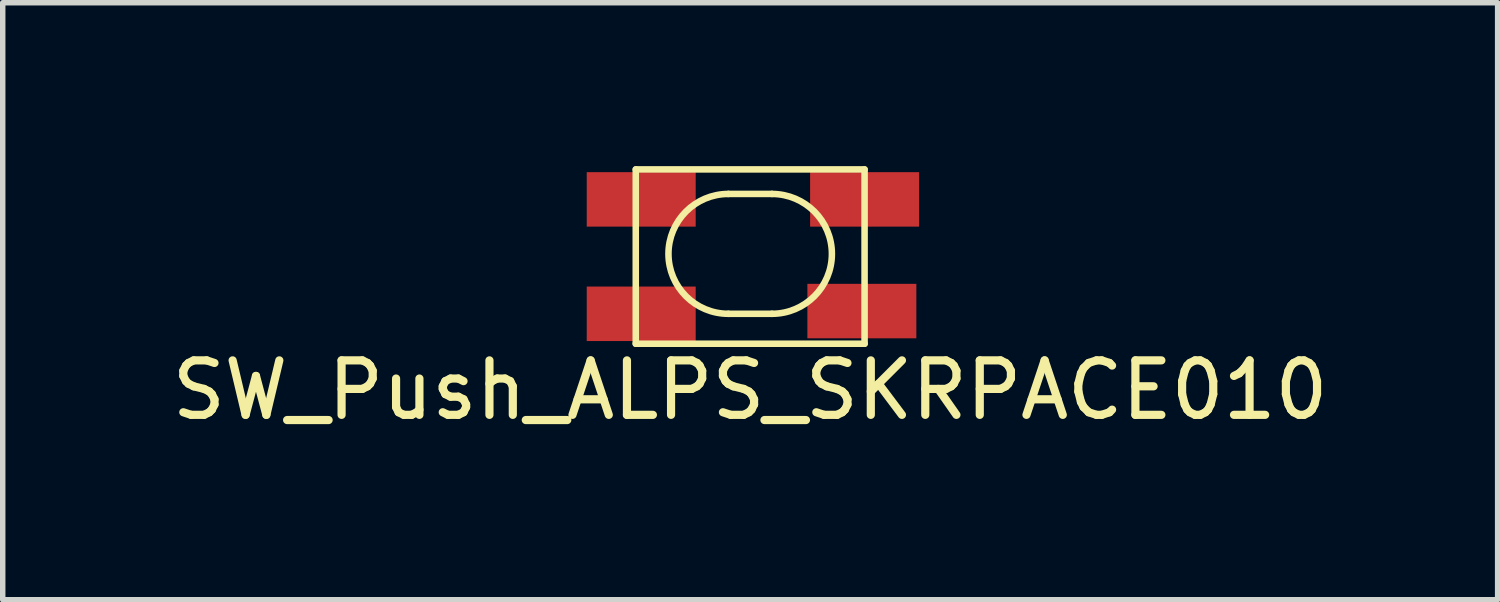
<source format=kicad_pcb>
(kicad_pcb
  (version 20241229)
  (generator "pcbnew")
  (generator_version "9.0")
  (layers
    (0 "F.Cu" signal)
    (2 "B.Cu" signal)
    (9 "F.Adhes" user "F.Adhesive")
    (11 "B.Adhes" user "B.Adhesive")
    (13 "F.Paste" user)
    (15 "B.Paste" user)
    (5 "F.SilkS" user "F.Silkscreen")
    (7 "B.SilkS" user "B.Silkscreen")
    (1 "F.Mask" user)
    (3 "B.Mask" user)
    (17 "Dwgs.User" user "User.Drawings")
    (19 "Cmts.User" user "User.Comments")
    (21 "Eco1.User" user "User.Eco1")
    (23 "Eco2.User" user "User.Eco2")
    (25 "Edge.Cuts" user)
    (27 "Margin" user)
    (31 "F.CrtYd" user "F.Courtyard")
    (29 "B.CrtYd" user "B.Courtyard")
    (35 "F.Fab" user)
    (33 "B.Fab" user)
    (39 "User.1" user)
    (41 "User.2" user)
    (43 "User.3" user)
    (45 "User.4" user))
  (footprint "SW_Push_ALPS_SKRPACE010"
    (layer "F.Cu")
    (at 10.72 1.61)
    (property "Reference" "SW_Push_ALPS_SKRPACE010" (at 0 2.5 0) (layer "F.SilkS") (effects (font (size 1 1) (thickness 0.15))))
    (attr smd)
    (fp_line (start -2.1 -1.55) (end 2.1 -1.55) (stroke (width 0.12) (type solid)) (layer "F.SilkS"))
    (fp_line (start -2.1 1.65) (end -2.1 -1.55) (stroke (width 0.12) (type solid)) (layer "F.SilkS"))
    (fp_line (start -0.4 -1.1) (end 0.4 -1.1) (stroke (width 0.12) (type solid)) (layer "F.SilkS"))
    (fp_line (start -0.4 1.1) (end 0.4 1.1) (stroke (width 0.12) (type solid)) (layer "F.SilkS"))
    (fp_line (start 2.1 -1.55) (end 2.1 1.65) (stroke (width 0.12) (type solid)) (layer "F.SilkS"))
    (fp_line (start 2.1 1.65) (end -2.1 1.65) (stroke (width 0.12) (type solid)) (layer "F.SilkS"))
    (fp_arc (start -0.4 1.1) (mid -1.5 0) (end -0.4 -1.1) (stroke (width 0.12) (type solid)) (layer "F.SilkS"))
    (fp_arc (start 0.4 -1.1) (mid 1.5 0) (end 0.4 1.1) (stroke (width 0.12) (type solid)) (layer "F.SilkS"))
    (pad "1" smd rect (at -2 -1) (size 2 1) (layers "F.Cu" "F.Mask" "F.Paste"))
    (pad "1" smd rect (at 2.1 -1) (size 2 1) (layers "F.Cu" "F.Mask" "F.Paste"))
    (pad "2" smd rect (at -2 1.1) (size 2 1) (layers "F.Cu" "F.Mask" "F.Paste"))
    (pad "2" smd rect (at 2.05 1.05) (size 2 1) (layers "F.Cu" "F.Mask" "F.Paste")))
  (gr_rect
    (start -3 -3)
    (end 24.44 7.958)
    (stroke (width 0.1) (type default))
    (fill no)
    (layer "Edge.Cuts")))
</source>
